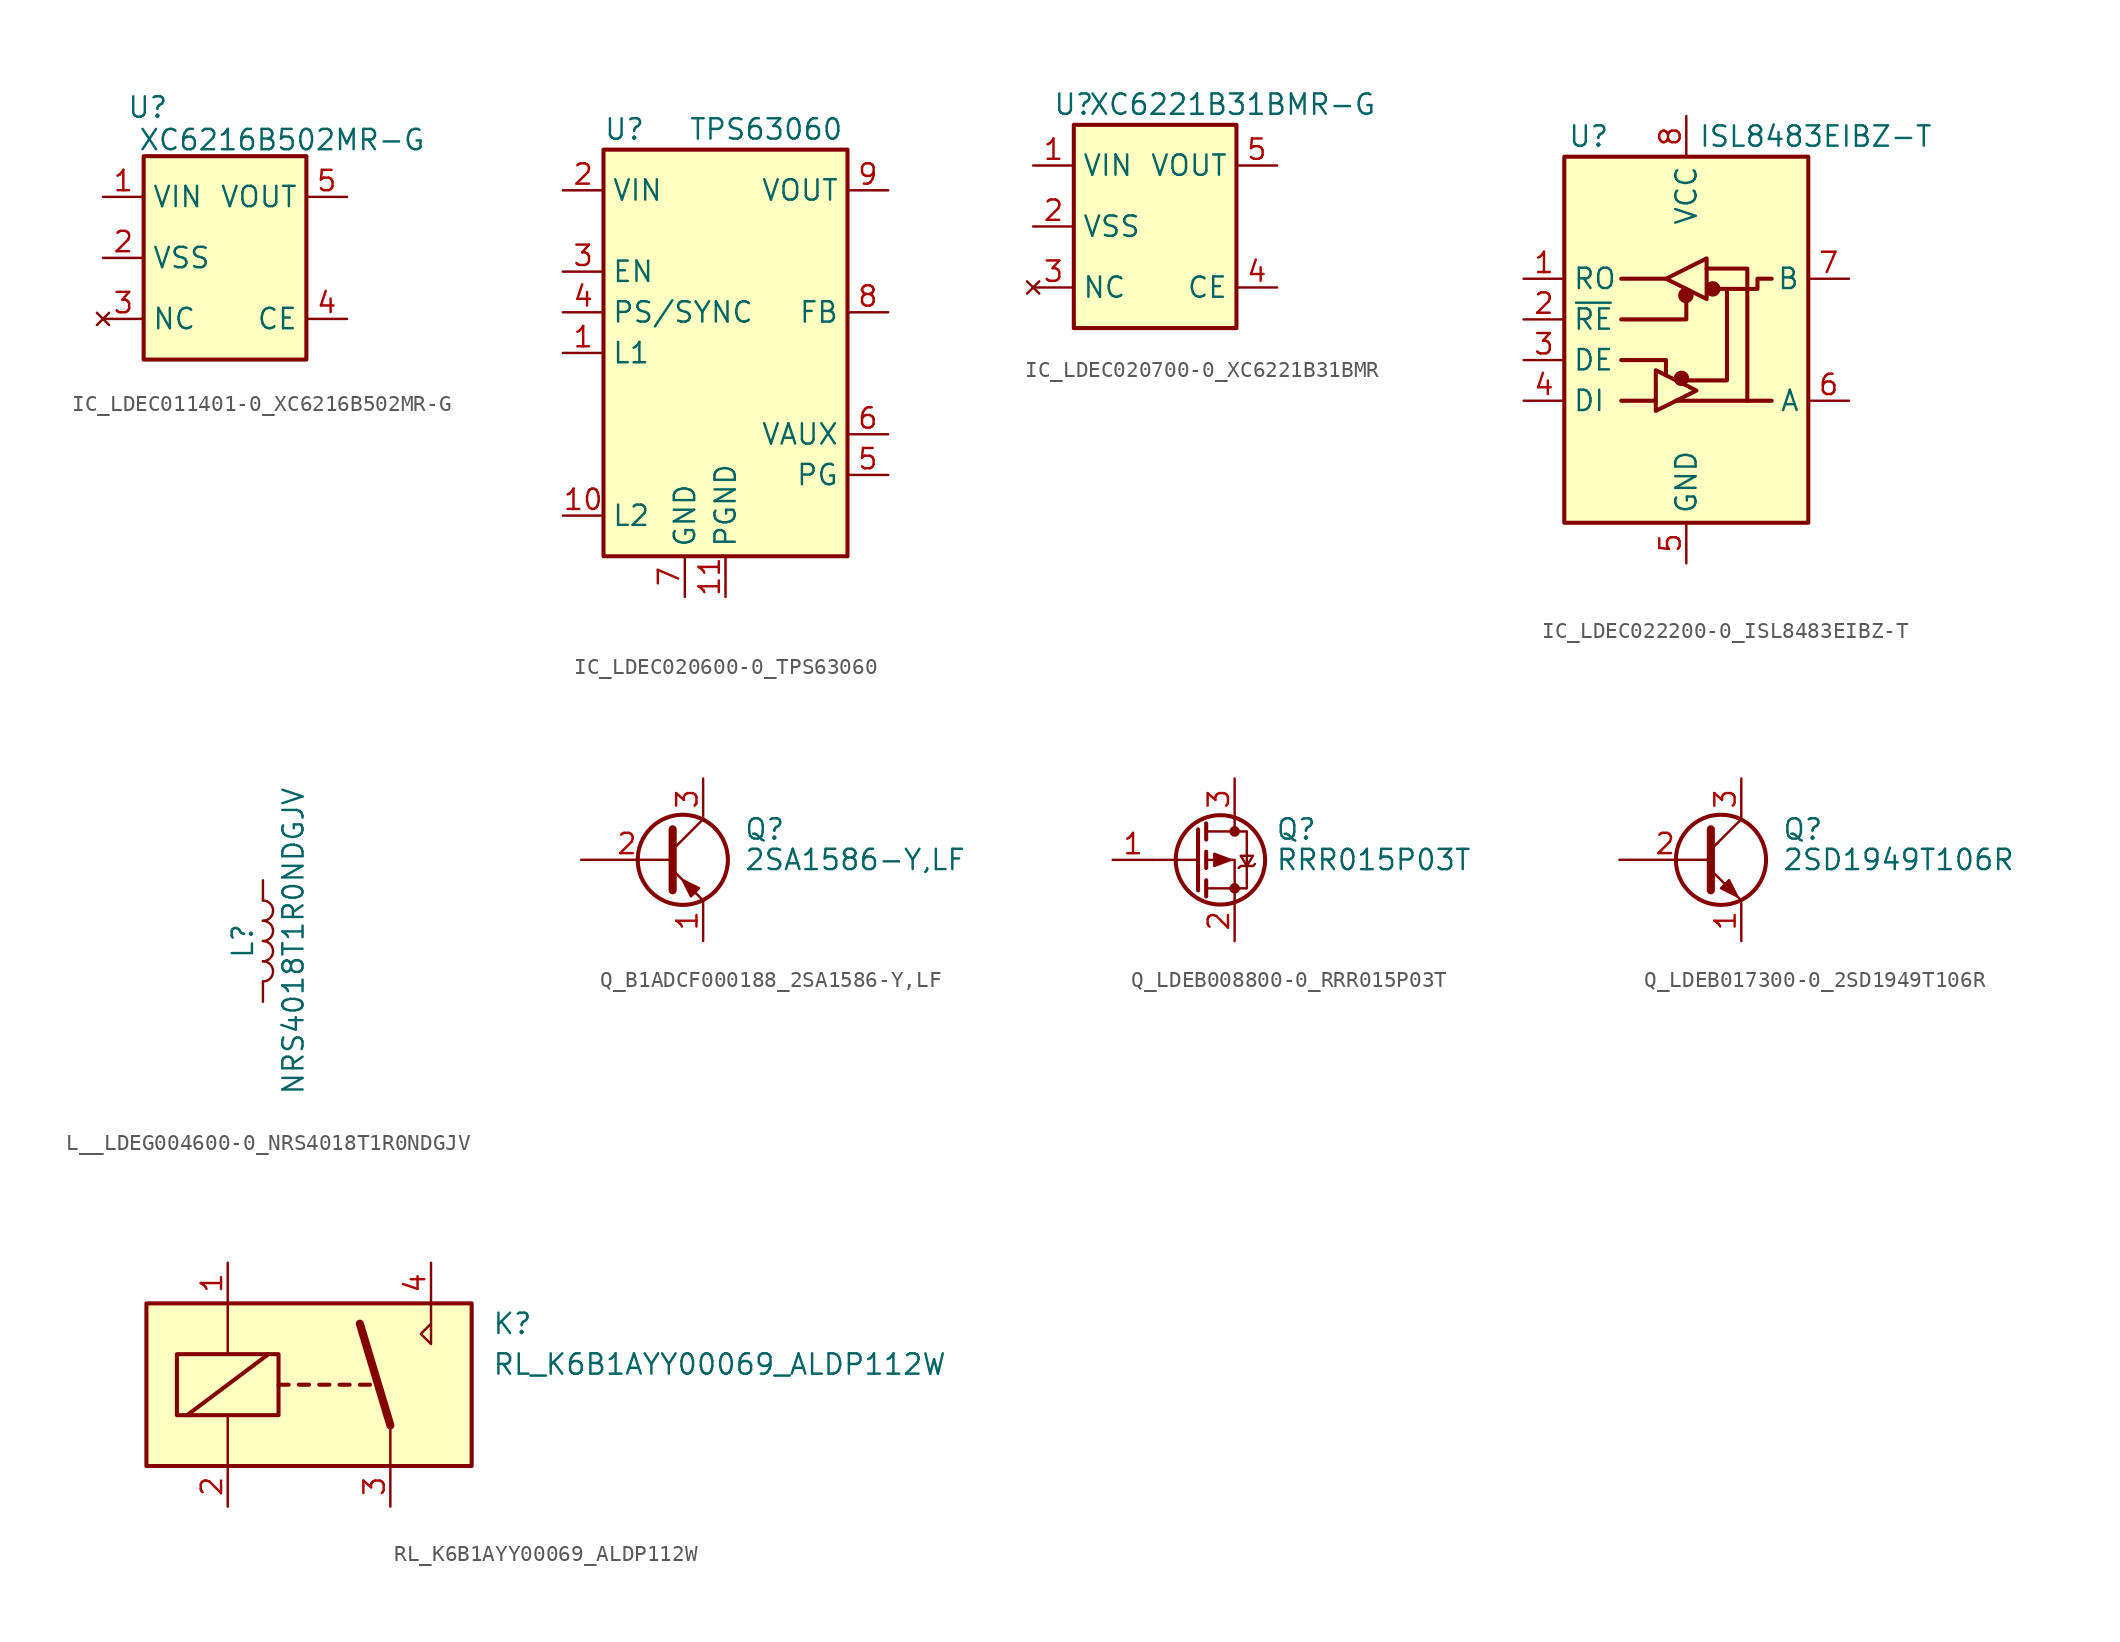
<source format=kicad_sym>
(kicad_symbol_lib
  (version 20231120)
  (generator "kicad_symbol_editor")
  (generator_version "8.0")
  (symbol "IC_LDEC011401-0_XC6216B502MR-G"
    (property "Reference" "U"
      (at 0.254 3.048 0)
      (effects (font (size 1.27 1.27))))
    (property "Value" "XC6216B502MR-G"
      (at 8.636 1.016 0)
      (effects (font (size 1.27 1.27))))
    (symbol "IC_LDEC011401-0_XC6216B502MR-G_0_1"
      (rectangle (start 0 0) (end 10.16 -12.7) (stroke (width 0.254) (type default)) (fill (type background))))
    (symbol "IC_LDEC011401-0_XC6216B502MR-G_1_1"
      (pin power_in line (at -2.54 -2.54 0) (length 2.54) (name "VIN" (effects (font (size 1.27 1.27)))) (number "1" (effects (font (size 1.27 1.27)))))
      (pin passive line (at -2.54 -6.35 0) (length 2.54) (name "VSS" (effects (font (size 1.27 1.27)))) (number "2" (effects (font (size 1.27 1.27)))))
      (pin no_connect line (at -2.54 -10.16 0) (length 2.54) (name "NC" (effects (font (size 1.27 1.27)))) (number "3" (effects (font (size 1.27 1.27)))))
      (pin input line (at 12.7 -10.16 180) (length 2.54) (name "CE" (effects (font (size 1.27 1.27)))) (number "4" (effects (font (size 1.27 1.27)))))
      (pin power_out line (at 12.7 -2.54 180) (length 2.54) (name "VOUT" (effects (font (size 1.27 1.27)))) (number "5" (effects (font (size 1.27 1.27)))))))
  (symbol "IC_LDEC020600-0_TPS63060"
    (property "Reference" "U"
      (at -7.62 13.97 0)
      (effects (font (size 1.27 1.27)) (justify left)))
    (property "Value" "TPS63060"
      (at 2.54 13.97 0)
      (effects (font (size 1.27 1.27))))
    (symbol "IC_LDEC020600-0_TPS63060_0_1"
      (rectangle (start -7.62 12.7) (end 7.62 -12.7) (stroke (width 0.254) (type default)) (fill (type background))))
    (symbol "IC_LDEC020600-0_TPS63060_1_1"
      (pin input line (at -10.16 0 0) (length 2.54) (name "L1" (effects (font (size 1.27 1.27)))) (number "1" (effects (font (size 1.27 1.27)))))
      (pin input line (at -10.16 -10.16 0) (length 2.54) (name "L2" (effects (font (size 1.27 1.27)))) (number "10" (effects (font (size 1.27 1.27)))))
      (pin power_in line (at 0 -15.24 90) (length 2.54) (name "PGND" (effects (font (size 1.27 1.27)))) (number "11" (effects (font (size 1.27 1.27)))))
      (pin power_in line (at -10.16 10.16 0) (length 2.54) (name "VIN" (effects (font (size 1.27 1.27)))) (number "2" (effects (font (size 1.27 1.27)))))
      (pin input line (at -10.16 5.08 0) (length 2.54) (name "EN" (effects (font (size 1.27 1.27)))) (number "3" (effects (font (size 1.27 1.27)))))
      (pin input line (at -10.16 2.54 0) (length 2.54) (name "PS/SYNC" (effects (font (size 1.27 1.27)))) (number "4" (effects (font (size 1.27 1.27)))))
      (pin output line (at 10.16 -7.62 180) (length 2.54) (name "PG" (effects (font (size 1.27 1.27)))) (number "5" (effects (font (size 1.27 1.27)))))
      (pin passive line (at 10.16 -5.08 180) (length 2.54) (name "VAUX" (effects (font (size 1.27 1.27)))) (number "6" (effects (font (size 1.27 1.27)))))
      (pin power_in line (at -2.54 -15.24 90) (length 2.54) (name "GND" (effects (font (size 1.27 1.27)))) (number "7" (effects (font (size 1.27 1.27)))))
      (pin input line (at 10.16 2.54 180) (length 2.54) (name "FB" (effects (font (size 1.27 1.27)))) (number "8" (effects (font (size 1.27 1.27)))))
      (pin power_out line (at 10.16 10.16 180) (length 2.54) (name "VOUT" (effects (font (size 1.27 1.27)))) (number "9" (effects (font (size 1.27 1.27)))))))
  (symbol "IC_LDEC020700-0_XC6221B31BMR"
    (property "Reference" "U"
      (at 0 1.27 0)
      (effects (font (size 1.27 1.27))))
    (property "Value" "XC6221B31BMR-G"
      (at 9.906 1.27 0)
      (effects (font (size 1.27 1.27))))
    (symbol "IC_LDEC020700-0_XC6221B31BMR_0_1"
      (rectangle (start 0 0) (end 10.16 -12.7) (stroke (width 0.254) (type default)) (fill (type background))))
    (symbol "IC_LDEC020700-0_XC6221B31BMR_1_1"
      (pin power_in line (at -2.54 -2.54 0) (length 2.54) (name "VIN" (effects (font (size 1.27 1.27)))) (number "1" (effects (font (size 1.27 1.27)))))
      (pin passive line (at -2.54 -6.35 0) (length 2.54) (name "VSS" (effects (font (size 1.27 1.27)))) (number "2" (effects (font (size 1.27 1.27)))))
      (pin no_connect line (at -2.54 -10.16 0) (length 2.54) (name "NC" (effects (font (size 1.27 1.27)))) (number "3" (effects (font (size 1.27 1.27)))))
      (pin input line (at 12.7 -10.16 180) (length 2.54) (name "CE" (effects (font (size 1.27 1.27)))) (number "4" (effects (font (size 1.27 1.27)))))
      (pin power_out line (at 12.7 -2.54 180) (length 2.54) (name "VOUT" (effects (font (size 1.27 1.27)))) (number "5" (effects (font (size 1.27 1.27)))))))
  (symbol "IC_LDEC022200-0_ISL8483EIBZ-T"
    (property "Reference" "U"
      (at -6.096 11.43 0)
      (effects (font (size 1.27 1.27))))
    (property "Value" "ISL8483EIBZ-T"
      (at 0.762 11.43 0)
      (effects (font (size 1.27 1.27)) (justify left)))
    (symbol "IC_LDEC022200-0_ISL8483EIBZ-T_0_1"
      (rectangle (start -7.62 10.16) (end 7.62 -12.7) (stroke (width 0.254) (type default)) (fill (type background)))
      (circle (center -0.305 -3.683) (radius 0.356) (stroke (width 0.254) (type default)) (fill (type outline)))
      (circle (center -0.025 1.499) (radius 0.356) (stroke (width 0.254) (type default)) (fill (type outline)))
      (polyline (pts (xy -4.064 -5.08) (xy -1.905 -5.08)) (stroke (width 0.254) (type default)) (fill (type none)))
      (polyline (pts (xy -4.064 2.54) (xy -1.27 2.54)) (stroke (width 0.254) (type default)) (fill (type none)))
      (polyline (pts (xy -1.27 -3.2) (xy -1.27 -3.454)) (stroke (width 0.254) (type default)) (fill (type none)))
      (polyline (pts (xy -0.635 -5.08) (xy 5.334 -5.08)) (stroke (width 0.254) (type default)) (fill (type none)))
      (polyline (pts (xy -4.064 -2.54) (xy -1.27 -2.54) (xy -1.27 -3.175)) (stroke (width 0.254) (type default)) (fill (type none)))
      (polyline (pts (xy 0 1.27) (xy 0 0) (xy -4.064 0)) (stroke (width 0.254) (type default)) (fill (type none)))
      (polyline (pts (xy 1.27 3.175) (xy 3.81 3.175) (xy 3.81 -5.08)) (stroke (width 0.254) (type default)) (fill (type none)))
      (polyline (pts (xy 2.54 1.905) (xy 2.54 -3.81) (xy 0 -3.81)) (stroke (width 0.254) (type default)) (fill (type none)))
      (polyline (pts (xy -1.905 -3.175) (xy -1.905 -5.715) (xy 0.635 -4.445) (xy -1.905 -3.175)) (stroke (width 0.254) (type default)) (fill (type none)))
      (polyline (pts (xy -1.27 2.54) (xy 1.27 3.81) (xy 1.27 1.27) (xy -1.27 2.54)) (stroke (width 0.254) (type default)) (fill (type none)))
      (polyline (pts (xy 1.905 1.905) (xy 4.445 1.905) (xy 4.445 2.54) (xy 5.334 2.54)) (stroke (width 0.254) (type default)) (fill (type none)))
      (rectangle (start 1.27 3.175) (end 1.27 3.175) (stroke (width 0) (type default)) (fill (type none)))
      (circle (center 1.651 1.905) (radius 0.356) (stroke (width 0.254) (type default)) (fill (type outline))))
    (symbol "IC_LDEC022200-0_ISL8483EIBZ-T_1_1"
      (pin output line (at -10.16 2.54 0) (length 2.54) (name "RO" (effects (font (size 1.27 1.27)))) (number "1" (effects (font (size 1.27 1.27)))))
      (pin input line (at -10.16 0 0) (length 2.54) (name "~{RE}" (effects (font (size 1.27 1.27)))) (number "2" (effects (font (size 1.27 1.27)))))
      (pin input line (at -10.16 -2.54 0) (length 2.54) (name "DE" (effects (font (size 1.27 1.27)))) (number "3" (effects (font (size 1.27 1.27)))))
      (pin input line (at -10.16 -5.08 0) (length 2.54) (name "DI" (effects (font (size 1.27 1.27)))) (number "4" (effects (font (size 1.27 1.27)))))
      (pin power_in line (at 0 -15.24 90) (length 2.54) (name "GND" (effects (font (size 1.27 1.27)))) (number "5" (effects (font (size 1.27 1.27)))))
      (pin bidirectional line (at 10.16 -5.08 180) (length 2.54) (name "A" (effects (font (size 1.27 1.27)))) (number "6" (effects (font (size 1.27 1.27)))))
      (pin bidirectional line (at 10.16 2.54 180) (length 2.54) (name "B" (effects (font (size 1.27 1.27)))) (number "7" (effects (font (size 1.27 1.27)))))
      (pin power_in line (at 0 12.7 270) (length 2.54) (name "VCC" (effects (font (size 1.27 1.27)))) (number "8" (effects (font (size 1.27 1.27)))))))
  (symbol "L__LDEG004600-0_NRS4018T1R0NDGJV"
    (pin_numbers hide)
    (pin_names
      (offset 1.016) hide)
    (property "Reference" "L"
      (at -1.27 0 90)
      (effects (font (size 1.27 1.27))))
    (property "Value" "NRS4018T1R0NDGJV"
      (at 1.905 0 90)
      (effects (font (size 1.27 1.27))))
    (symbol "L__LDEG004600-0_NRS4018T1R0NDGJV_0_1"
      (arc (start 0 -2.54) (mid 0.6323 -1.905) (end 0 -1.27) (stroke (width 0) (type default)) (fill (type none)))
      (arc (start 0 -1.27) (mid 0.6323 -0.635) (end 0 0) (stroke (width 0) (type default)) (fill (type none)))
      (arc (start 0 0) (mid 0.6323 0.635) (end 0 1.27) (stroke (width 0) (type default)) (fill (type none)))
      (arc (start 0 1.27) (mid 0.6323 1.905) (end 0 2.54) (stroke (width 0) (type default)) (fill (type none))))
    (symbol "L__LDEG004600-0_NRS4018T1R0NDGJV_1_1"
      (pin passive line (at 0 3.81 270) (length 1.27) (name "1" (effects (font (size 1.27 1.27)))) (number "1" (effects (font (size 1.27 1.27)))))
      (pin passive line (at 0 -3.81 90) (length 1.27) (name "2" (effects (font (size 1.27 1.27)))) (number "2" (effects (font (size 1.27 1.27)))))))
  (symbol "Q_B1ADCF000188_2SA1586-Y,LF"
    (pin_names
      (offset 0) hide)
    (property "Reference" "Q"
      (at 5.08 1.905 0)
      (effects (font (size 1.27 1.27)) (justify left)))
    (property "Value" "2SA1586-Y,LF"
      (at 5.08 0 0)
      (effects (font (size 1.27 1.27)) (justify left)))
    (symbol "Q_B1ADCF000188_2SA1586-Y,LF_0_1"
      (polyline (pts (xy 0.635 0.635) (xy 2.54 2.54)) (stroke (width 0) (type default)) (fill (type none)))
      (polyline (pts (xy 0.635 -0.635) (xy 2.54 -2.54) (xy 2.54 -2.54)) (stroke (width 0) (type default)) (fill (type none)))
      (polyline (pts (xy 0.635 1.905) (xy 0.635 -1.905) (xy 0.635 -1.905)) (stroke (width 0.508) (type default)) (fill (type none)))
      (polyline (pts (xy 2.286 -1.778) (xy 1.778 -2.286) (xy 1.27 -1.27) (xy 2.286 -1.778) (xy 2.286 -1.778)) (stroke (width 0) (type default)) (fill (type outline)))
      (circle (center 1.27 0) (radius 2.819) (stroke (width 0.254) (type default)) (fill (type none))))
    (symbol "Q_B1ADCF000188_2SA1586-Y,LF_1_1"
      (pin passive line (at 2.54 -5.08 90) (length 2.54) (name "E" (effects (font (size 1.27 1.27)))) (number "1" (effects (font (size 1.27 1.27)))))
      (pin input line (at -5.08 0 0) (length 5.715) (name "B" (effects (font (size 1.27 1.27)))) (number "2" (effects (font (size 1.27 1.27)))))
      (pin passive line (at 2.54 5.08 270) (length 2.54) (name "C" (effects (font (size 1.27 1.27)))) (number "3" (effects (font (size 1.27 1.27)))))))
  (symbol "Q_LDEB008800-0_RRR015P03T"
    (pin_names hide)
    (property "Reference" "Q"
      (at 5.08 1.905 0)
      (effects (font (size 1.27 1.27)) (justify left)))
    (property "Value" "RRR015P03T"
      (at 5.08 0 0)
      (effects (font (size 1.27 1.27)) (justify left)))
    (symbol "Q_LDEB008800-0_RRR015P03T_0_1"
      (polyline (pts (xy 0.254 0) (xy -2.54 0)) (stroke (width 0) (type default)) (fill (type none)))
      (polyline (pts (xy 0.254 1.905) (xy 0.254 -1.905)) (stroke (width 0.254) (type default)) (fill (type none)))
      (polyline (pts (xy 0.762 -1.27) (xy 0.762 -2.286)) (stroke (width 0.254) (type default)) (fill (type none)))
      (polyline (pts (xy 0.762 0.508) (xy 0.762 -0.508)) (stroke (width 0.254) (type default)) (fill (type none)))
      (polyline (pts (xy 0.762 2.286) (xy 0.762 1.27)) (stroke (width 0.254) (type default)) (fill (type none)))
      (polyline (pts (xy 2.54 2.54) (xy 2.54 1.778)) (stroke (width 0) (type default)) (fill (type none)))
      (polyline (pts (xy 2.54 -2.54) (xy 2.54 0) (xy 0.762 0)) (stroke (width 0) (type default)) (fill (type none)))
      (polyline (pts (xy 0.762 1.778) (xy 3.302 1.778) (xy 3.302 -1.778) (xy 0.762 -1.778)) (stroke (width 0) (type default)) (fill (type none)))
      (polyline (pts (xy 2.286 0) (xy 1.27 0.381) (xy 1.27 -0.381) (xy 2.286 0)) (stroke (width 0) (type default)) (fill (type outline)))
      (polyline (pts (xy 2.794 -0.508) (xy 2.921 -0.381) (xy 3.683 -0.381) (xy 3.81 -0.254)) (stroke (width 0) (type default)) (fill (type none)))
      (polyline (pts (xy 3.302 -0.381) (xy 2.921 0.254) (xy 3.683 0.254) (xy 3.302 -0.381)) (stroke (width 0) (type default)) (fill (type none)))
      (circle (center 1.651 0) (radius 2.794) (stroke (width 0.254) (type default)) (fill (type none)))
      (circle (center 2.54 -1.778) (radius 0.254) (stroke (width 0) (type default)) (fill (type outline)))
      (circle (center 2.54 1.778) (radius 0.254) (stroke (width 0) (type default)) (fill (type outline))))
    (symbol "Q_LDEB008800-0_RRR015P03T_1_1"
      (pin input line (at -5.08 0 0) (length 2.54) (name "G" (effects (font (size 1.27 1.27)))) (number "1" (effects (font (size 1.27 1.27)))))
      (pin passive line (at 2.54 -5.08 90) (length 2.54) (name "S" (effects (font (size 1.27 1.27)))) (number "2" (effects (font (size 1.27 1.27)))))
      (pin passive line (at 2.54 5.08 270) (length 2.54) (name "D" (effects (font (size 1.27 1.27)))) (number "3" (effects (font (size 1.27 1.27)))))))
  (symbol "Q_LDEB017300-0_2SD1949T106R"
    (pin_names
      (offset 0) hide)
    (property "Reference" "Q"
      (at 5.08 1.905 0)
      (effects (font (size 1.27 1.27)) (justify left)))
    (property "Value" "2SD1949T106R"
      (at 5.08 0 0)
      (effects (font (size 1.27 1.27)) (justify left)))
    (symbol "Q_LDEB017300-0_2SD1949T106R_0_1"
      (polyline (pts (xy 0.635 0.635) (xy 2.54 2.54)) (stroke (width 0) (type default)) (fill (type none)))
      (polyline (pts (xy 0.635 -0.635) (xy 2.54 -2.54) (xy 2.54 -2.54)) (stroke (width 0) (type default)) (fill (type none)))
      (polyline (pts (xy 0.635 1.905) (xy 0.635 -1.905) (xy 0.635 -1.905)) (stroke (width 0.508) (type default)) (fill (type none)))
      (polyline (pts (xy 1.27 -1.778) (xy 1.778 -1.27) (xy 2.286 -2.286) (xy 1.27 -1.778) (xy 1.27 -1.778)) (stroke (width 0) (type default)) (fill (type outline)))
      (circle (center 1.27 0) (radius 2.819) (stroke (width 0.254) (type default)) (fill (type none))))
    (symbol "Q_LDEB017300-0_2SD1949T106R_1_1"
      (pin passive line (at 2.54 -5.08 90) (length 2.54) (name "E" (effects (font (size 1.27 1.27)))) (number "1" (effects (font (size 1.27 1.27)))))
      (pin passive line (at -5.08 0 0) (length 5.715) (name "B" (effects (font (size 1.27 1.27)))) (number "2" (effects (font (size 1.27 1.27)))))
      (pin passive line (at 2.54 5.08 270) (length 2.54) (name "C" (effects (font (size 1.27 1.27)))) (number "3" (effects (font (size 1.27 1.27)))))))
  (symbol "RL_K6B1AYY00069_ALDP112W"
    (property "Reference" "K"
      (at 11.43 3.81 0)
      (effects (font (size 1.27 1.27)) (justify left)))
    (property "Value" "RL_K6B1AYY00069_ALDP112W"
      (at 11.43 1.27 0)
      (effects (font (size 1.27 1.27)) (justify left)))
    (symbol "RL_K6B1AYY00069_ALDP112W_0_0"
      (polyline (pts (xy 7.62 5.08) (xy 7.62 2.54) (xy 6.985 3.175) (xy 7.62 3.81)) (stroke (width 0) (type default)) (fill (type none))))
    (symbol "RL_K6B1AYY00069_ALDP112W_0_1"
      (rectangle (start -10.16 5.08) (end 10.16 -5.08) (stroke (width 0.254) (type default)) (fill (type background)))
      (rectangle (start -8.255 1.905) (end -1.905 -1.905) (stroke (width 0.254) (type default)) (fill (type none)))
      (polyline (pts (xy -7.62 -1.905) (xy -2.54 1.905)) (stroke (width 0.254) (type default)) (fill (type none)))
      (polyline (pts (xy -5.08 -5.08) (xy -5.08 -1.905)) (stroke (width 0) (type default)) (fill (type none)))
      (polyline (pts (xy -5.08 5.08) (xy -5.08 1.905)) (stroke (width 0) (type default)) (fill (type none)))
      (polyline (pts (xy -1.905 0) (xy -1.27 0)) (stroke (width 0.254) (type default)) (fill (type none)))
      (polyline (pts (xy -0.635 0) (xy 0 0)) (stroke (width 0.254) (type default)) (fill (type none)))
      (polyline (pts (xy 0.635 0) (xy 1.27 0)) (stroke (width 0.254) (type default)) (fill (type none)))
      (polyline (pts (xy 1.905 0) (xy 2.54 0)) (stroke (width 0.254) (type default)) (fill (type none)))
      (polyline (pts (xy 3.175 0) (xy 3.81 0)) (stroke (width 0.254) (type default)) (fill (type none)))
      (polyline (pts (xy 5.08 -2.54) (xy 3.175 3.81)) (stroke (width 0.508) (type default)) (fill (type none)))
      (polyline (pts (xy 5.08 -2.54) (xy 5.08 -5.08)) (stroke (width 0) (type default)) (fill (type none))))
    (symbol "RL_K6B1AYY00069_ALDP112W_1_1"
      (pin passive line (at -5.08 7.62 270) (length 2.54) (name "~" (effects (font (size 1.27 1.27)))) (number "1" (effects (font (size 1.27 1.27)))))
      (pin passive line (at -5.08 -7.62 90) (length 2.54) (name "~" (effects (font (size 1.27 1.27)))) (number "2" (effects (font (size 1.27 1.27)))))
      (pin passive line (at 5.08 -7.62 90) (length 2.54) (name "~" (effects (font (size 1.27 1.27)))) (number "3" (effects (font (size 1.27 1.27)))))
      (pin passive line (at 7.62 7.62 270) (length 2.54) (name "~" (effects (font (size 1.27 1.27)))) (number "4" (effects (font (size 1.27 1.27))))))))
</source>
